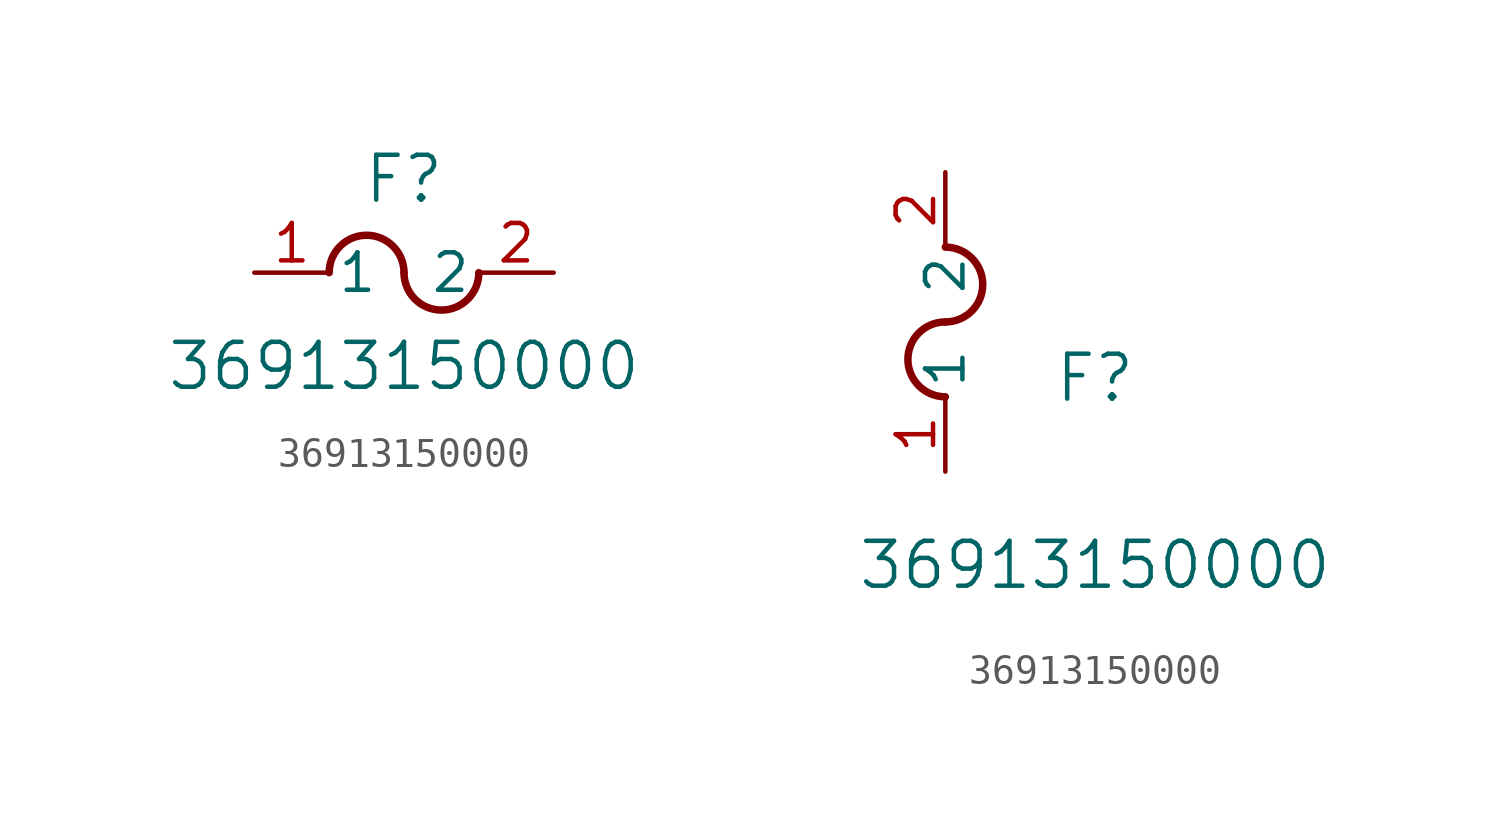
<source format=kicad_sym>
(kicad_symbol_lib
  (version 20211014)
  (generator kicad_symbol_editor)
  (symbol "36913150000"
    (pin_names
      (offset 0.254))
    (property "Reference" "F"
      (at 5.08 3.175 0)
      (effects (font (size 1.524 1.524))))
    (property "Value" "36913150000"
      (at 5.08 -3.175 0)
      (effects (font (size 1.524 1.524))))
    (symbol "36913150000_1_1"
      (arc (start 5.08 0) (mid 3.81 1.27) (end 2.54 0) (stroke (width 0.254) (type default) (color 0 0 0 0)) (fill (type none)))
      (arc (start 5.08 0) (mid 6.35 -1.27) (end 7.62 0) (stroke (width 0.254) (type default) (color 0 0 0 0)) (fill (type none)))
      (pin unspecified line (at 0 0 0) (length 2.54) (name "1" (effects (font (size 1.27 1.27)))) (number "1" (effects (font (size 1.27 1.27)))))
      (pin unspecified line (at 10.16 0 180) (length 2.54) (name "2" (effects (font (size 1.27 1.27)))) (number "2" (effects (font (size 1.27 1.27))))))
    (symbol "36913150000_1_2"
      (arc (start 0 5.08) (mid -1.27 3.81) (end 0 2.54) (stroke (width 0.254) (type default) (color 0 0 0 0)) (fill (type none)))
      (arc (start 0 5.08) (mid 1.27 6.35) (end 0 7.62) (stroke (width 0.254) (type default) (color 0 0 0 0)) (fill (type none)))
      (pin unspecified line (at 0 0 90) (length 2.54) (name "1" (effects (font (size 1.27 1.27)))) (number "1" (effects (font (size 1.27 1.27)))))
      (pin unspecified line (at 0 10.16 270) (length 2.54) (name "2" (effects (font (size 1.27 1.27)))) (number "2" (effects (font (size 1.27 1.27))))))))
</source>
